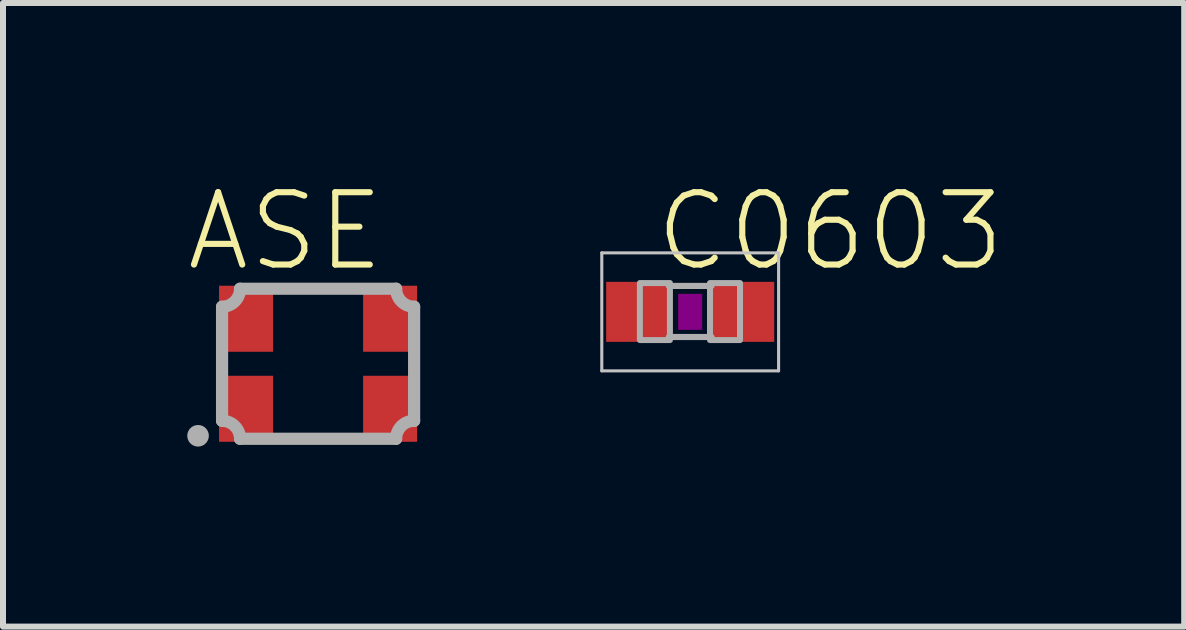
<source format=kicad_pcb>
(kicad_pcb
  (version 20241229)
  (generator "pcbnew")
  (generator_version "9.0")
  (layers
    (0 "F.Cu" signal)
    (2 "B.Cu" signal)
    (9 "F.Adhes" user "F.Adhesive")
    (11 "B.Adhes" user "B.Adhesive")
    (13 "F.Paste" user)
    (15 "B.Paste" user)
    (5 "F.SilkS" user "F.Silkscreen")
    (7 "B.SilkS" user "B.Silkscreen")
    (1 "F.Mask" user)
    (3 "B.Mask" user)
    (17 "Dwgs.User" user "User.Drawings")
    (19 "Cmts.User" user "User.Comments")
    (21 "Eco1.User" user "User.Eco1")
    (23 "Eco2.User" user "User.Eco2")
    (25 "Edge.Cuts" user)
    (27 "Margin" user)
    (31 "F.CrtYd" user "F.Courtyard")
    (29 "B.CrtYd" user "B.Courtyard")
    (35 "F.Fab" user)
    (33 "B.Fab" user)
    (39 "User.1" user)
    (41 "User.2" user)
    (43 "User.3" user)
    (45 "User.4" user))
  (footprint "ASE"
    (layer "F.Cu")
    (at 2.25 3.011)
    (property "Reference" "ASE" (at -2.25 -1.5 0) (layer "F.SilkS") (effects (font (size 1.206 1.206) (thickness 0.102)) (justify left bottom)))
    (attr through_hole)
    (fp_line (start -1.6 0.95) (end -1.6 -0.95) (stroke (width 0.203) (type solid)) (layer "F.Fab"))
    (fp_line (start -1.3 -1.25) (end 1.3 -1.25) (stroke (width 0.203) (type solid)) (layer "F.Fab"))
    (fp_line (start 1.3 1.25) (end -1.3 1.25) (stroke (width 0.203) (type solid)) (layer "F.Fab"))
    (fp_line (start 1.6 -0.95) (end 1.6 0.95) (stroke (width 0.203) (type solid)) (layer "F.Fab"))
    (fp_arc (start -1.6 0.95) (mid -1.387868 1.037868) (end -1.3 1.25) (stroke (width 0.2032) (type solid)) (layer "F.Fab"))
    (fp_arc (start -1.3 -1.25) (mid -1.387868 -1.037868) (end -1.6 -0.95) (stroke (width 0.2032) (type solid)) (layer "F.Fab"))
    (fp_arc (start 1.3 1.25) (mid 1.387868 1.037868) (end 1.6 0.95) (stroke (width 0.2032) (type solid)) (layer "F.Fab"))
    (fp_arc (start 1.6 -0.95) (mid 1.387868 -1.037868) (end 1.3 -1.25) (stroke (width 0.2032) (type solid)) (layer "F.Fab"))
    (fp_circle (center -2 1.2) (end -1.91 1.2) (stroke (width 0.18) (type solid)) (fill no) (layer "F.Fab"))
    (pad "1" smd rect (at -1.2 0.75) (size 0.9 1.1) (layers "F.Cu" "F.Mask" "F.Paste"))
    (pad "2" smd rect (at 1.2 0.75) (size 0.9 1.1) (layers "F.Cu" "F.Mask" "F.Paste"))
    (pad "3" smd rect (at 1.2 -0.75 180) (size 0.9 1.1) (layers "F.Cu" "F.Mask" "F.Paste"))
    (pad "4" smd rect (at -1.2 -0.75 180) (size 0.9 1.1) (layers "F.Cu" "F.Mask" "F.Paste")))
  (footprint "C0603"
    (layer "F.Cu")
    (at 8.45 2.146)
    (property "Reference" "C0603" (at -0.635 -0.635 0) (layer "F.SilkS") (effects (font (size 1.206 1.206) (thickness 0.102)) (justify left bottom)))
    (attr through_hole)
    (fp_poly (pts (xy -0.2 0.3) (xy 0.2 0.3) (xy 0.2 -0.3) (xy -0.2 -0.3)) (stroke (width 0) (type solid)) (fill yes) (layer "F.Adhes"))
    (fp_line (start -1.473 -0.983) (end 1.473 -0.983) (stroke (width 0.051) (type solid)) (layer "Dwgs.User"))
    (fp_line (start -1.473 0.983) (end -1.473 -0.983) (stroke (width 0.051) (type solid)) (layer "Dwgs.User"))
    (fp_line (start 1.473 -0.983) (end 1.473 0.983) (stroke (width 0.051) (type solid)) (layer "Dwgs.User"))
    (fp_line (start 1.473 0.983) (end -1.473 0.983) (stroke (width 0.051) (type solid)) (layer "Dwgs.User"))
    (fp_line (start -0.356 -0.432) (end 0.356 -0.432) (stroke (width 0.102) (type solid)) (layer "F.Fab"))
    (fp_line (start -0.356 0.419) (end 0.356 0.419) (stroke (width 0.102) (type solid)) (layer "F.Fab"))
    (fp_poly (pts (xy -0.838 0.47) (xy -0.338 0.47) (xy -0.338 -0.48) (xy -0.838 -0.48)) (stroke (width 0.1) (type solid)) (fill no) (layer "F.Fab"))
    (fp_poly (pts (xy 0.33 0.47) (xy 0.83 0.47) (xy 0.83 -0.48) (xy 0.33 -0.48)) (stroke (width 0.1) (type solid)) (fill no) (layer "F.Fab"))
    (pad "1" smd rect (at -0.85 0) (size 1.1 1) (layers "F.Cu" "F.Mask" "F.Paste"))
    (pad "2" smd rect (at 0.85 0) (size 1.1 1) (layers "F.Cu" "F.Mask" "F.Paste")))
  (gr_rect
    (start -3 -3)
    (end 16.681 7.391)
    (stroke (width 0.1) (type default))
    (fill no)
    (layer "Edge.Cuts")))
</source>
